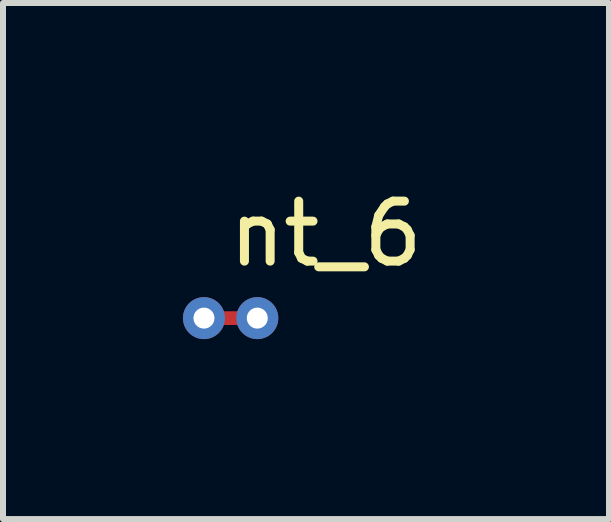
<source format=kicad_pcb>
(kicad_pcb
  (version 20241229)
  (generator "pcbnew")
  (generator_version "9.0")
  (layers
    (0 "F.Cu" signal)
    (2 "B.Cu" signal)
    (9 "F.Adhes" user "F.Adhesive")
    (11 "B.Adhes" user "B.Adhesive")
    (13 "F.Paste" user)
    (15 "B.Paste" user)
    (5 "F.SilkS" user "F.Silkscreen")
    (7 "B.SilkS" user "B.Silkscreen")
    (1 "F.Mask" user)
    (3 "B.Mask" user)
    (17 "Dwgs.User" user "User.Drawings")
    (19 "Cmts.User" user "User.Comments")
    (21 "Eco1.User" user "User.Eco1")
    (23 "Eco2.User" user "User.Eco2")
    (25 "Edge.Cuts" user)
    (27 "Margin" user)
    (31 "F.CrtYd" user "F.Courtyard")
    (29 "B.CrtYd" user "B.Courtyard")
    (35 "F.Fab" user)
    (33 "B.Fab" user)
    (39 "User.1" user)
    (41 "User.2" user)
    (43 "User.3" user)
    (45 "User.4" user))
  (footprint "nt_6"
    (layer "F.Cu")
    (at 2.382 0.348)
    (property "Reference" "nt_6" (at 0 0.5 0) (layer "F.SilkS") (effects (font (size 1 1) (thickness 0.15))))
    (attr through_hole)
    (fp_line (start -2.032 1.905) (end -1.143 1.905) (stroke (width 0.229) (type solid)) (layer "F.Cu"))
    (pad "1" thru_hole circle (at -2.032 1.905) (size 0.7 0.7) (drill 0.35) (layers "*.Cu" "*.Mask"))
    (pad "1" thru_hole circle (at -1.143 1.905) (size 0.7 0.7) (drill 0.35) (layers "*.Cu" "*.Mask")))
  (gr_rect
    (start -3 -3)
    (end 7.102 5.603)
    (stroke (width 0.1) (type default))
    (fill no)
    (layer "Edge.Cuts")))
</source>
